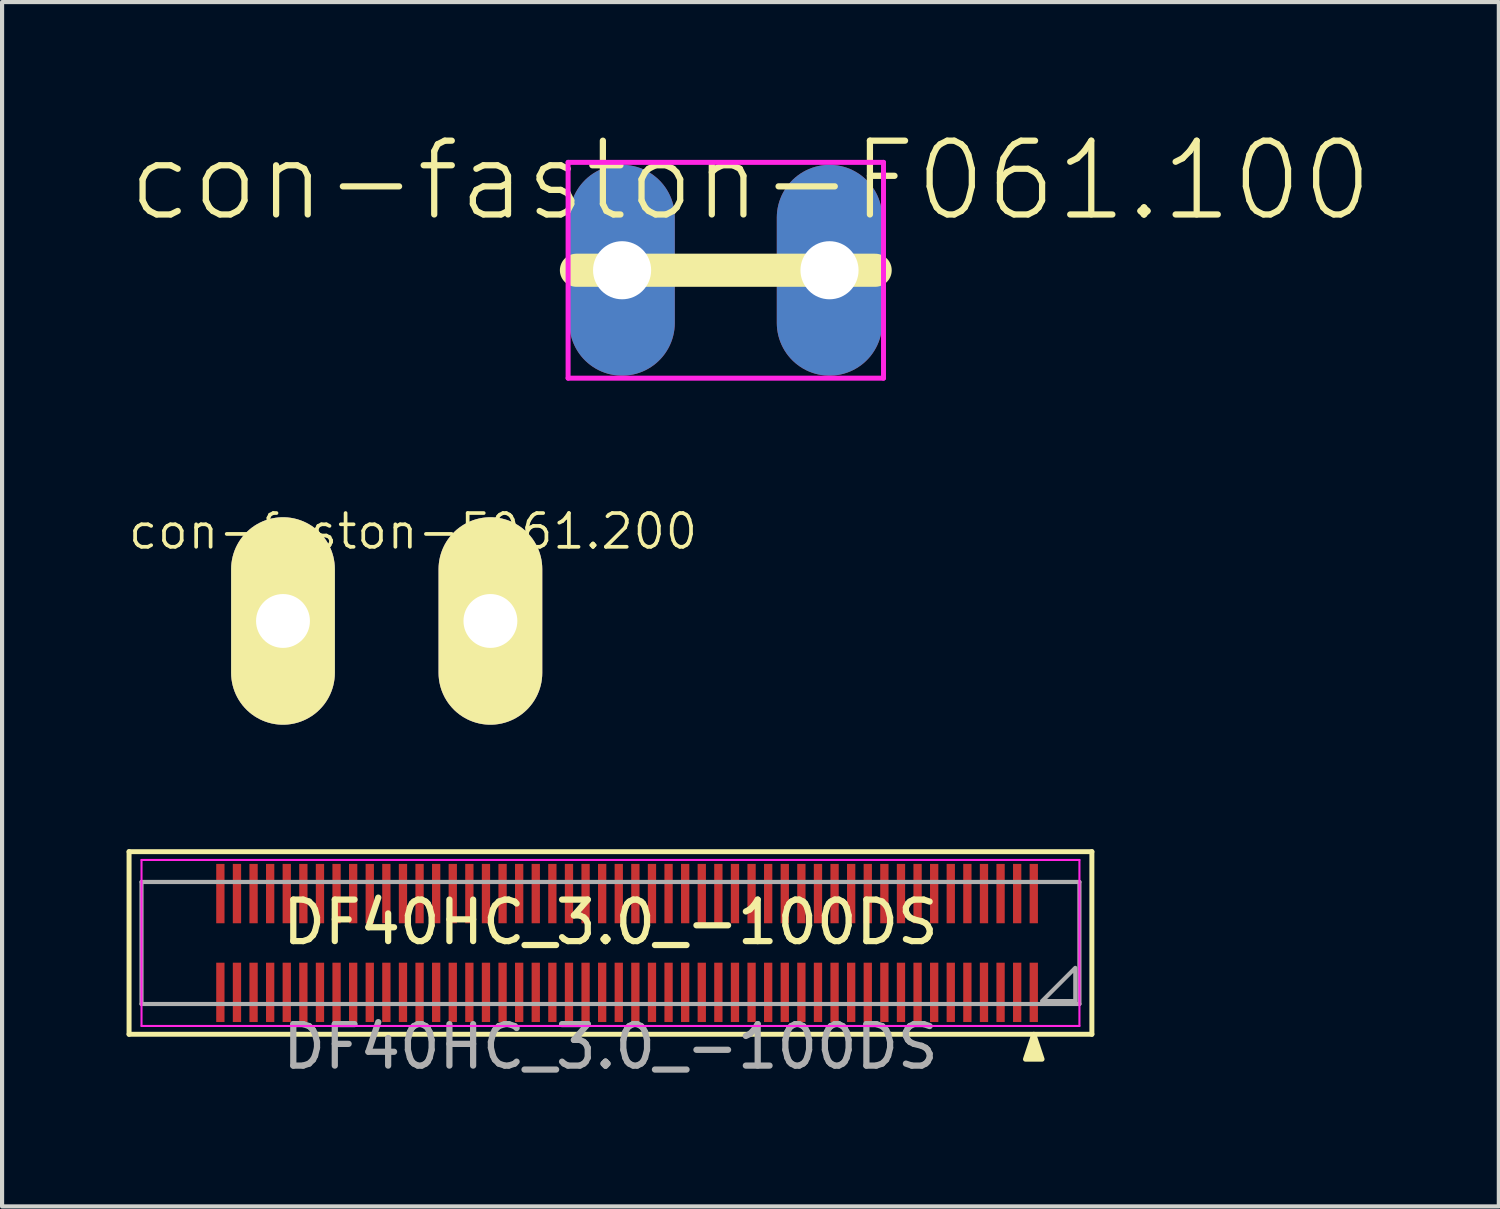
<source format=kicad_pcb>
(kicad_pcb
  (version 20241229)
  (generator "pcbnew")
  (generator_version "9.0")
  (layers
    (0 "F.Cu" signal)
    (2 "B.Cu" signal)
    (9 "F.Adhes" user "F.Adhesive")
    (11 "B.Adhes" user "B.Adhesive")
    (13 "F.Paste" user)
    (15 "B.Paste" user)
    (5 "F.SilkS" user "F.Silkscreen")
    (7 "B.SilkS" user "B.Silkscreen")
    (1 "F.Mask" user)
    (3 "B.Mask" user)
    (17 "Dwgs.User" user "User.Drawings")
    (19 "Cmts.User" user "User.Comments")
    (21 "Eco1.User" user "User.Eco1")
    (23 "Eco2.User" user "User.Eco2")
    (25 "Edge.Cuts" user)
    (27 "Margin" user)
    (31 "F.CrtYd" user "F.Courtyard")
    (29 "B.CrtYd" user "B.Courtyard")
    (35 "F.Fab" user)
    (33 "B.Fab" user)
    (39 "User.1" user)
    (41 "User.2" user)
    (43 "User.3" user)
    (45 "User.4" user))
  (footprint "DF40HC_3.0_-100DS"
    (layer "F.Cu")
    (at 11.66 19.672)
    (property "Reference" "DF40HC_3.0_-100DS" (at 0 -0.5 0) (unlocked yes) (layer "F.SilkS") (effects (font (size 1 1) (thickness 0.15))))
    (attr smd)
    (fp_line (start -11.6 -2.2) (end 11.6 -2.2) (stroke (width 0.12) (type solid)) (layer "F.SilkS"))
    (fp_line (start -11.6 2.2) (end -11.6 -2.2) (stroke (width 0.12) (type solid)) (layer "F.SilkS"))
    (fp_line (start 11.6 -2.2) (end 11.6 2.2) (stroke (width 0.12) (type solid)) (layer "F.SilkS"))
    (fp_line (start 11.6 2.2) (end -11.6 2.2) (stroke (width 0.12) (type solid)) (layer "F.SilkS"))
    (fp_poly (pts (xy 10.4 2.8) (xy 10 2.8) (xy 10.2 2.2)) (stroke (width 0.12) (type solid)) (fill yes) (layer "F.SilkS"))
    (fp_line (start -11.3 -2) (end 11.3 -2) (stroke (width 0.05) (type solid)) (layer "F.CrtYd"))
    (fp_line (start -11.3 2) (end -11.3 -2) (stroke (width 0.05) (type solid)) (layer "F.CrtYd"))
    (fp_line (start 11.3 -2) (end 11.3 2) (stroke (width 0.05) (type solid)) (layer "F.CrtYd"))
    (fp_line (start 11.3 2) (end -11.3 2) (stroke (width 0.05) (type solid)) (layer "F.CrtYd"))
    (fp_line (start -11.3 -1.47) (end 11.3 -1.47) (stroke (width 0.1) (type solid)) (layer "F.Fab"))
    (fp_line (start -11.3 1.47) (end -11.3 -1.47) (stroke (width 0.1) (type solid)) (layer "F.Fab"))
    (fp_line (start 11.3 -1.47) (end 11.3 1.47) (stroke (width 0.1) (type solid)) (layer "F.Fab"))
    (fp_line (start 11.3 1.47) (end -11.3 1.47) (stroke (width 0.1) (type solid)) (layer "F.Fab"))
    (fp_poly (pts (xy 11.2 1.4) (xy 10.4 1.4) (xy 11.2 0.6)) (stroke (width 0.1) (type solid)) (fill no) (layer "F.Fab"))
    (fp_text user "${REFERENCE}" (at 0 2.5 0) (unlocked yes) (layer "F.Fab") (effects (font (size 1 1) (thickness 0.15))))
    (pad "1" smd rect (at 10.2 1.19) (size 0.2 1.43) (layers "F.Cu" "F.Mask" "F.Paste"))
    (pad "2" smd rect (at 10.2 -1.19) (size 0.2 1.43) (layers "F.Cu" "F.Mask" "F.Paste"))
    (pad "3" smd rect (at 9.8 1.19) (size 0.2 1.43) (layers "F.Cu" "F.Mask" "F.Paste"))
    (pad "4" smd rect (at 9.8 -1.19) (size 0.2 1.43) (layers "F.Cu" "F.Mask" "F.Paste"))
    (pad "5" smd rect (at 9.4 1.19) (size 0.2 1.43) (layers "F.Cu" "F.Mask" "F.Paste"))
    (pad "6" smd rect (at 9.4 -1.19) (size 0.2 1.43) (layers "F.Cu" "F.Mask" "F.Paste"))
    (pad "7" smd rect (at 9 1.19) (size 0.2 1.43) (layers "F.Cu" "F.Mask" "F.Paste"))
    (pad "8" smd rect (at 9 -1.19) (size 0.2 1.43) (layers "F.Cu" "F.Mask" "F.Paste"))
    (pad "9" smd rect (at 8.6 1.19) (size 0.2 1.43) (layers "F.Cu" "F.Mask" "F.Paste"))
    (pad "10" smd rect (at 8.6 -1.19) (size 0.2 1.43) (layers "F.Cu" "F.Mask" "F.Paste"))
    (pad "11" smd rect (at 8.2 1.19) (size 0.2 1.43) (layers "F.Cu" "F.Mask" "F.Paste"))
    (pad "12" smd rect (at 8.2 -1.19) (size 0.2 1.43) (layers "F.Cu" "F.Mask" "F.Paste"))
    (pad "13" smd rect (at 7.8 1.19) (size 0.2 1.43) (layers "F.Cu" "F.Mask" "F.Paste"))
    (pad "14" smd rect (at 7.8 -1.19) (size 0.2 1.43) (layers "F.Cu" "F.Mask" "F.Paste"))
    (pad "15" smd rect (at 7.4 1.19) (size 0.2 1.43) (layers "F.Cu" "F.Mask" "F.Paste"))
    (pad "16" smd rect (at 7.4 -1.19) (size 0.2 1.43) (layers "F.Cu" "F.Mask" "F.Paste"))
    (pad "17" smd rect (at 7 1.19) (size 0.2 1.43) (layers "F.Cu" "F.Mask" "F.Paste"))
    (pad "18" smd rect (at 7 -1.19) (size 0.2 1.43) (layers "F.Cu" "F.Mask" "F.Paste"))
    (pad "19" smd rect (at 6.6 1.19) (size 0.2 1.43) (layers "F.Cu" "F.Mask" "F.Paste"))
    (pad "20" smd rect (at 6.6 -1.19) (size 0.2 1.43) (layers "F.Cu" "F.Mask" "F.Paste"))
    (pad "21" smd rect (at 6.2 1.19) (size 0.2 1.43) (layers "F.Cu" "F.Mask" "F.Paste"))
    (pad "22" smd rect (at 6.2 -1.19) (size 0.2 1.43) (layers "F.Cu" "F.Mask" "F.Paste"))
    (pad "23" smd rect (at 5.8 1.19) (size 0.2 1.43) (layers "F.Cu" "F.Mask" "F.Paste"))
    (pad "24" smd rect (at 5.8 -1.19) (size 0.2 1.43) (layers "F.Cu" "F.Mask" "F.Paste"))
    (pad "25" smd rect (at 5.4 1.19) (size 0.2 1.43) (layers "F.Cu" "F.Mask" "F.Paste"))
    (pad "26" smd rect (at 5.4 -1.19) (size 0.2 1.43) (layers "F.Cu" "F.Mask" "F.Paste"))
    (pad "27" smd rect (at 5 1.19) (size 0.2 1.43) (layers "F.Cu" "F.Mask" "F.Paste"))
    (pad "28" smd rect (at 5 -1.19) (size 0.2 1.43) (layers "F.Cu" "F.Mask" "F.Paste"))
    (pad "29" smd rect (at 4.6 1.19) (size 0.2 1.43) (layers "F.Cu" "F.Mask" "F.Paste"))
    (pad "30" smd rect (at 4.6 -1.19) (size 0.2 1.43) (layers "F.Cu" "F.Mask" "F.Paste"))
    (pad "31" smd rect (at 4.2 1.19) (size 0.2 1.43) (layers "F.Cu" "F.Mask" "F.Paste"))
    (pad "32" smd rect (at 4.2 -1.19) (size 0.2 1.43) (layers "F.Cu" "F.Mask" "F.Paste"))
    (pad "33" smd rect (at 3.8 1.19) (size 0.2 1.43) (layers "F.Cu" "F.Mask" "F.Paste"))
    (pad "34" smd rect (at 3.8 -1.19) (size 0.2 1.43) (layers "F.Cu" "F.Mask" "F.Paste"))
    (pad "35" smd rect (at 3.4 1.19) (size 0.2 1.43) (layers "F.Cu" "F.Mask" "F.Paste"))
    (pad "36" smd rect (at 3.4 -1.19) (size 0.2 1.43) (layers "F.Cu" "F.Mask" "F.Paste"))
    (pad "37" smd rect (at 3 1.19) (size 0.2 1.43) (layers "F.Cu" "F.Mask" "F.Paste"))
    (pad "38" smd rect (at 3 -1.19) (size 0.2 1.43) (layers "F.Cu" "F.Mask" "F.Paste"))
    (pad "39" smd rect (at 2.6 1.19) (size 0.2 1.43) (layers "F.Cu" "F.Mask" "F.Paste"))
    (pad "40" smd rect (at 2.6 -1.19) (size 0.2 1.43) (layers "F.Cu" "F.Mask" "F.Paste"))
    (pad "41" smd rect (at 2.2 1.19) (size 0.2 1.43) (layers "F.Cu" "F.Mask" "F.Paste"))
    (pad "42" smd rect (at 2.2 -1.19) (size 0.2 1.43) (layers "F.Cu" "F.Mask" "F.Paste"))
    (pad "43" smd rect (at 1.8 1.19) (size 0.2 1.43) (layers "F.Cu" "F.Mask" "F.Paste"))
    (pad "44" smd rect (at 1.8 -1.19) (size 0.2 1.43) (layers "F.Cu" "F.Mask" "F.Paste"))
    (pad "45" smd rect (at 1.4 1.19) (size 0.2 1.43) (layers "F.Cu" "F.Mask" "F.Paste"))
    (pad "46" smd rect (at 1.4 -1.19) (size 0.2 1.43) (layers "F.Cu" "F.Mask" "F.Paste"))
    (pad "47" smd rect (at 1 1.19) (size 0.2 1.43) (layers "F.Cu" "F.Mask" "F.Paste"))
    (pad "48" smd rect (at 1 -1.19) (size 0.2 1.43) (layers "F.Cu" "F.Mask" "F.Paste"))
    (pad "49" smd rect (at 0.6 1.19) (size 0.2 1.43) (layers "F.Cu" "F.Mask" "F.Paste"))
    (pad "50" smd rect (at 0.6 -1.19) (size 0.2 1.43) (layers "F.Cu" "F.Mask" "F.Paste"))
    (pad "51" smd rect (at 0.2 1.19) (size 0.2 1.43) (layers "F.Cu" "F.Mask" "F.Paste"))
    (pad "52" smd rect (at 0.2 -1.19) (size 0.2 1.43) (layers "F.Cu" "F.Mask" "F.Paste"))
    (pad "53" smd rect (at -0.2 1.19) (size 0.2 1.43) (layers "F.Cu" "F.Mask" "F.Paste"))
    (pad "54" smd rect (at -0.2 -1.19) (size 0.2 1.43) (layers "F.Cu" "F.Mask" "F.Paste"))
    (pad "55" smd rect (at -0.6 1.19) (size 0.2 1.43) (layers "F.Cu" "F.Mask" "F.Paste"))
    (pad "56" smd rect (at -0.6 -1.19) (size 0.2 1.43) (layers "F.Cu" "F.Mask" "F.Paste"))
    (pad "57" smd rect (at -1 1.19) (size 0.2 1.43) (layers "F.Cu" "F.Mask" "F.Paste"))
    (pad "58" smd rect (at -1 -1.19) (size 0.2 1.43) (layers "F.Cu" "F.Mask" "F.Paste"))
    (pad "59" smd rect (at -1.4 1.19) (size 0.2 1.43) (layers "F.Cu" "F.Mask" "F.Paste"))
    (pad "60" smd rect (at -1.4 -1.19) (size 0.2 1.43) (layers "F.Cu" "F.Mask" "F.Paste"))
    (pad "61" smd rect (at -1.8 1.19) (size 0.2 1.43) (layers "F.Cu" "F.Mask" "F.Paste"))
    (pad "62" smd rect (at -1.8 -1.19) (size 0.2 1.43) (layers "F.Cu" "F.Mask" "F.Paste"))
    (pad "63" smd rect (at -2.2 1.19) (size 0.2 1.43) (layers "F.Cu" "F.Mask" "F.Paste"))
    (pad "64" smd rect (at -2.2 -1.19) (size 0.2 1.43) (layers "F.Cu" "F.Mask" "F.Paste"))
    (pad "65" smd rect (at -2.6 1.19) (size 0.2 1.43) (layers "F.Cu" "F.Mask" "F.Paste"))
    (pad "66" smd rect (at -2.6 -1.19) (size 0.2 1.43) (layers "F.Cu" "F.Mask" "F.Paste"))
    (pad "67" smd rect (at -3 1.19) (size 0.2 1.43) (layers "F.Cu" "F.Mask" "F.Paste"))
    (pad "68" smd rect (at -3 -1.19) (size 0.2 1.43) (layers "F.Cu" "F.Mask" "F.Paste"))
    (pad "69" smd rect (at -3.4 1.19) (size 0.2 1.43) (layers "F.Cu" "F.Mask" "F.Paste"))
    (pad "70" smd rect (at -3.4 -1.19) (size 0.2 1.43) (layers "F.Cu" "F.Mask" "F.Paste"))
    (pad "71" smd rect (at -3.8 1.19) (size 0.2 1.43) (layers "F.Cu" "F.Mask" "F.Paste"))
    (pad "72" smd rect (at -3.8 -1.19) (size 0.2 1.43) (layers "F.Cu" "F.Mask" "F.Paste"))
    (pad "73" smd rect (at -4.2 1.19) (size 0.2 1.43) (layers "F.Cu" "F.Mask" "F.Paste"))
    (pad "74" smd rect (at -4.2 -1.19) (size 0.2 1.43) (layers "F.Cu" "F.Mask" "F.Paste"))
    (pad "75" smd rect (at -4.6 1.19) (size 0.2 1.43) (layers "F.Cu" "F.Mask" "F.Paste"))
    (pad "76" smd rect (at -4.6 -1.19) (size 0.2 1.43) (layers "F.Cu" "F.Mask" "F.Paste"))
    (pad "77" smd rect (at -5 1.19) (size 0.2 1.43) (layers "F.Cu" "F.Mask" "F.Paste"))
    (pad "78" smd rect (at -5 -1.19) (size 0.2 1.43) (layers "F.Cu" "F.Mask" "F.Paste"))
    (pad "79" smd rect (at -5.4 1.19) (size 0.2 1.43) (layers "F.Cu" "F.Mask" "F.Paste"))
    (pad "80" smd rect (at -5.4 -1.19) (size 0.2 1.43) (layers "F.Cu" "F.Mask" "F.Paste"))
    (pad "81" smd rect (at -5.8 1.19) (size 0.2 1.43) (layers "F.Cu" "F.Mask" "F.Paste"))
    (pad "82" smd rect (at -5.8 -1.19) (size 0.2 1.43) (layers "F.Cu" "F.Mask" "F.Paste"))
    (pad "83" smd rect (at -6.2 1.19) (size 0.2 1.43) (layers "F.Cu" "F.Mask" "F.Paste"))
    (pad "84" smd rect (at -6.2 -1.19) (size 0.2 1.43) (layers "F.Cu" "F.Mask" "F.Paste"))
    (pad "85" smd rect (at -6.6 1.19) (size 0.2 1.43) (layers "F.Cu" "F.Mask" "F.Paste"))
    (pad "86" smd rect (at -6.6 -1.19) (size 0.2 1.43) (layers "F.Cu" "F.Mask" "F.Paste"))
    (pad "87" smd rect (at -7 1.19) (size 0.2 1.43) (layers "F.Cu" "F.Mask" "F.Paste"))
    (pad "88" smd rect (at -7 -1.19) (size 0.2 1.43) (layers "F.Cu" "F.Mask" "F.Paste"))
    (pad "89" smd rect (at -7.4 1.19) (size 0.2 1.43) (layers "F.Cu" "F.Mask" "F.Paste"))
    (pad "90" smd rect (at -7.4 -1.19) (size 0.2 1.43) (layers "F.Cu" "F.Mask" "F.Paste"))
    (pad "91" smd rect (at -7.8 1.19) (size 0.2 1.43) (layers "F.Cu" "F.Mask" "F.Paste"))
    (pad "92" smd rect (at -7.8 -1.19) (size 0.2 1.43) (layers "F.Cu" "F.Mask" "F.Paste"))
    (pad "93" smd rect (at -8.2 1.19) (size 0.2 1.43) (layers "F.Cu" "F.Mask" "F.Paste"))
    (pad "94" smd rect (at -8.2 -1.19) (size 0.2 1.43) (layers "F.Cu" "F.Mask" "F.Paste"))
    (pad "95" smd rect (at -8.6 1.19) (size 0.2 1.43) (layers "F.Cu" "F.Mask" "F.Paste"))
    (pad "96" smd rect (at -8.6 -1.19) (size 0.2 1.43) (layers "F.Cu" "F.Mask" "F.Paste"))
    (pad "97" smd rect (at -9 1.19) (size 0.2 1.43) (layers "F.Cu" "F.Mask" "F.Paste"))
    (pad "98" smd rect (at -9 -1.19) (size 0.2 1.43) (layers "F.Cu" "F.Mask" "F.Paste"))
    (pad "99" smd rect (at -9.4 1.19) (size 0.2 1.43) (layers "F.Cu" "F.Mask" "F.Paste"))
    (pad "100" smd rect (at -9.4 -1.19) (size 0.2 1.43) (layers "F.Cu" "F.Mask" "F.Paste")))
  (footprint "con-faston-F061.200"
    (layer "F.Cu")
    (at 6.268 11.913)
    (property "Reference" "con-faston-F061.200" (at 0.635 -2.159 0) (layer "F.SilkS") (effects (font (size 0.813 0.813) (thickness 0.089))))
    (attr exclude_from_pos_files exclude_from_bom)
    (pad "1" thru_hole oval (at -2.499 0) (size 2.499 4.999) (drill 1.298) (layers "*.Cu" "F.Mask" "F.SilkS" "F.Paste"))
    (pad "1" thru_hole oval (at 2.499 0) (size 2.499 4.999) (drill 1.298) (layers "*.Cu" "F.Mask" "F.SilkS" "F.Paste")))
  (footprint "con-faston-F061.100"
    (layer "F.Cu")
    (at 14.439 3.462)
    (property "Reference" "con-faston-F061.100" (at 0.594 -2.159 0) (layer "F.SilkS") (effects (font (size 1.778 1.778) (thickness 0.15))))
    (attr exclude_from_pos_files exclude_from_bom)
    (fp_line (start -3.599 0) (end 3.599 0) (stroke (width 0.798) (type solid)) (layer "F.SilkS"))
    (fp_line (start -3.8 -2.6) (end -3.8 2.6) (stroke (width 0.12) (type solid)) (layer "F.CrtYd"))
    (fp_line (start -3.8 2.6) (end 3.8 2.6) (stroke (width 0.12) (type solid)) (layer "F.CrtYd"))
    (fp_line (start 3.8 -2.6) (end -3.8 -2.6) (stroke (width 0.12) (type solid)) (layer "F.CrtYd"))
    (fp_line (start 3.8 2.6) (end 3.8 -2.6) (stroke (width 0.12) (type solid)) (layer "F.CrtYd"))
    (pad "1" thru_hole oval (at -2.499 0) (size 2.54 5.08) (drill 1.4) (layers "*.Cu" "*.Mask"))
    (pad "1" thru_hole oval (at 2.499 0) (size 2.54 5.08) (drill 1.4) (layers "*.Cu" "*.Mask")))
  (gr_rect
    (start -3 -3)
    (end 33.066 26.02)
    (stroke (width 0.1) (type default))
    (fill no)
    (layer "Edge.Cuts")))
</source>
